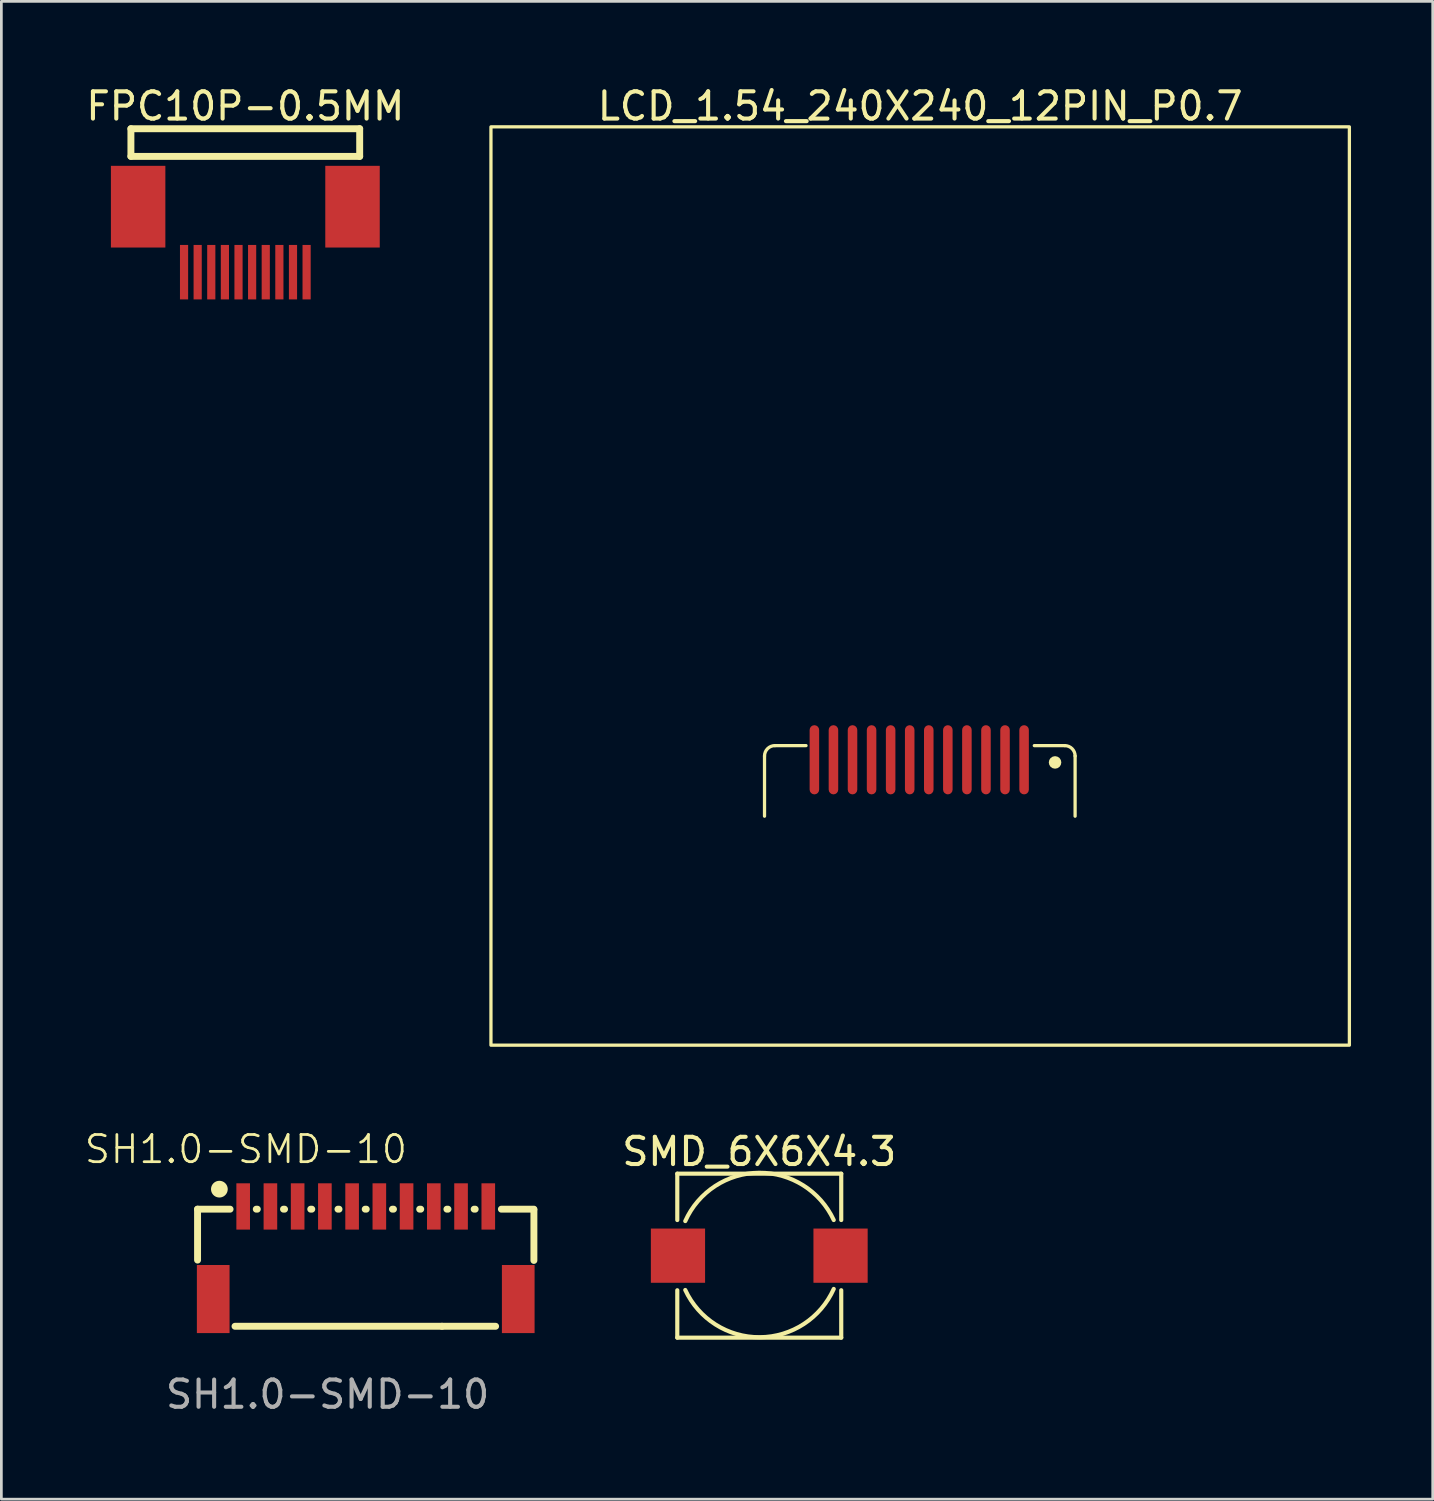
<source format=kicad_pcb>
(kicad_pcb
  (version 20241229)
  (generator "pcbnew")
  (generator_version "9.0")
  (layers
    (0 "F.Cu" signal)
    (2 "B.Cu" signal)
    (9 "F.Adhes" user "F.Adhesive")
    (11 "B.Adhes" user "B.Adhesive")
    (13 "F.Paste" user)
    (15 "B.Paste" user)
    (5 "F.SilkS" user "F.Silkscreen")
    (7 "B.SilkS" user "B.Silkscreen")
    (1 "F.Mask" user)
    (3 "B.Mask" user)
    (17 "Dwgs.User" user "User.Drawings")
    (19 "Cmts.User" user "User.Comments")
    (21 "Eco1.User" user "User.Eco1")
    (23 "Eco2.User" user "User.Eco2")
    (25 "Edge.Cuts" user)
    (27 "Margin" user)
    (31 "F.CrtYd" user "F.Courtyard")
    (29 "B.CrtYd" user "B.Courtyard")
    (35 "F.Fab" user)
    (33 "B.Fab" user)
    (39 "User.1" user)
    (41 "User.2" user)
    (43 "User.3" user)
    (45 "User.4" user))
  (footprint "SMD_6X6X4.3"
    (layer "F.Cu")
    (at 24.829 43.056)
    (property "Reference" "SMD_6X6X4.3" (at 0 -3.819 0) (unlocked yes) (layer "F.SilkS") (effects (font (size 1 1) (thickness 0.15))))
    (fp_line (start -3.01 -3.01) (end 3.01 -3.01) (stroke (width 0.152) (type solid)) (layer "F.SilkS"))
    (fp_line (start -3.01 -1.308) (end -3.01 -3.01) (stroke (width 0.152) (type solid)) (layer "F.SilkS"))
    (fp_line (start -3.01 3.01) (end -3.01 1.27) (stroke (width 0.152) (type solid)) (layer "F.SilkS"))
    (fp_line (start -3.01 3.01) (end 3.01 3.01) (stroke (width 0.152) (type solid)) (layer "F.SilkS"))
    (fp_line (start 3.01 -1.308) (end 3.01 -3.01) (stroke (width 0.152) (type solid)) (layer "F.SilkS"))
    (fp_line (start 3.01 3.01) (end 3.01 1.27) (stroke (width 0.152) (type solid)) (layer "F.SilkS"))
    (fp_arc (start -2.717058 -1.270005) (mid -0.003615 -3.043035) (end 2.734602 -1.308509) (stroke (width 0.1524) (type solid)) (layer "F.SilkS"))
    (fp_arc (start 2.734598 1.222185) (mid 0.021155 2.995215) (end -2.717062 1.260689) (stroke (width 0.1524) (type solid)) (layer "F.SilkS"))
    (pad "1" smd rect (at -2.985 0) (size 1.991 1.991) (layers "F.Cu" "F.Mask" "F.Paste"))
    (pad "2" smd rect (at 2.985 0) (size 1.991 1.991) (layers "F.Cu" "F.Mask" "F.Paste")))
  (footprint "LCD_1.54_240X240_12PIN_P0.7"
    (layer "F.Cu")
    (at 30.737 18.468)
    (property "Reference" "LCD_1.54_240X240_12PIN_P0.7" (at 0 -17.62 0) (unlocked yes) (layer "F.SilkS") (effects (font (size 1 1) (thickness 0.15))))
    (fp_line (start -5.715 6.241) (end -5.715 8.451) (stroke (width 0.12) (type default)) (layer "F.SilkS"))
    (fp_line (start -4.191 5.86) (end -5.334 5.86) (stroke (width 0.12) (type default)) (layer "F.SilkS"))
    (fp_line (start 4.191 5.86) (end 5.309 5.86) (stroke (width 0.12) (type default)) (layer "F.SilkS"))
    (fp_line (start 5.689 6.241) (end 5.689 8.451) (stroke (width 0.12) (type default)) (layer "F.SilkS"))
    (fp_rect (start -15.76 -16.86) (end 15.76 16.86) (stroke (width 0.12) (type default)) (fill no) (layer "F.SilkS"))
    (fp_arc (start -5.715 6.241) (mid -5.603408 5.971592) (end -5.334 5.86) (stroke (width 0.12) (type default)) (layer "F.SilkS"))
    (fp_arc (start 5.3085 5.86) (mid 5.577908 5.971592) (end 5.6895 6.241) (stroke (width 0.12) (type default)) (layer "F.SilkS"))
    (fp_poly (pts (xy 5.183 6.477) (xy 5.165 6.389) (xy 5.116 6.314) (xy 5.041 6.265) (xy 4.953 6.247) (xy 4.865 6.265) (xy 4.79 6.314) (xy 4.741 6.389) (xy 4.723 6.477) (xy 4.741 6.565) (xy 4.79 6.64) (xy 4.865 6.689) (xy 4.953 6.707) (xy 5.041 6.689) (xy 5.116 6.64) (xy 5.165 6.565)) (stroke (width 0) (type default)) (fill yes) (layer "F.SilkS"))
    (pad "1" smd roundrect (at 3.816 6.38) (size 0.35 2.54) (layers "F.Cu" "F.Mask" "F.Paste") (roundrect_rratio 0.5))
    (pad "2" smd roundrect (at 3.116 6.38) (size 0.35 2.54) (layers "F.Cu" "F.Mask" "F.Paste") (roundrect_rratio 0.5))
    (pad "3" smd roundrect (at 2.416 6.38) (size 0.35 2.54) (layers "F.Cu" "F.Mask" "F.Paste") (roundrect_rratio 0.5))
    (pad "4" smd roundrect (at 1.716 6.38) (size 0.35 2.54) (layers "F.Cu" "F.Mask" "F.Paste") (roundrect_rratio 0.5))
    (pad "5" smd roundrect (at 1.016 6.38) (size 0.35 2.54) (layers "F.Cu" "F.Mask" "F.Paste") (roundrect_rratio 0.5))
    (pad "6" smd roundrect (at 0.316 6.38) (size 0.35 2.54) (layers "F.Cu" "F.Mask" "F.Paste") (roundrect_rratio 0.5))
    (pad "7" smd roundrect (at -0.384 6.38) (size 0.35 2.54) (layers "F.Cu" "F.Mask" "F.Paste") (roundrect_rratio 0.5))
    (pad "8" smd roundrect (at -1.084 6.38) (size 0.35 2.54) (layers "F.Cu" "F.Mask" "F.Paste") (roundrect_rratio 0.5))
    (pad "9" smd roundrect (at -1.784 6.38) (size 0.35 2.54) (layers "F.Cu" "F.Mask" "F.Paste") (roundrect_rratio 0.5))
    (pad "10" smd roundrect (at -2.484 6.38) (size 0.35 2.54) (layers "F.Cu" "F.Mask" "F.Paste") (roundrect_rratio 0.5))
    (pad "11" smd roundrect (at -3.184 6.38) (size 0.35 2.54) (layers "F.Cu" "F.Mask" "F.Paste") (roundrect_rratio 0.5))
    (pad "12" smd roundrect (at -3.884 6.38) (size 0.35 2.54) (layers "F.Cu" "F.Mask" "F.Paste") (roundrect_rratio 0.5)))
  (footprint "SH1.0-SMD-10"
    (layer "F.Cu")
    (at 10.379 43.649)
    (property "Reference" "SH1.0-SMD-10" (at -4.4 -4.5 0) (unlocked yes) (layer "F.SilkS") (effects (font (size 1 1) (thickness 0.1))))
    (attr smd)
    (fp_line (start -6.175 -2.3) (end -6.175 -0.431) (stroke (width 0.254) (type default)) (layer "F.SilkS"))
    (fp_line (start -4.981 -2.3) (end -6.175 -2.3) (stroke (width 0.254) (type default)) (layer "F.SilkS"))
    (fp_line (start -4.8 2) (end 2.8 2) (stroke (width 0.254) (type default)) (layer "F.SilkS"))
    (fp_line (start -4.019 -2.3) (end -3.981 -2.3) (stroke (width 0.254) (type default)) (layer "F.SilkS"))
    (fp_line (start -3.019 -2.3) (end -2.981 -2.3) (stroke (width 0.254) (type default)) (layer "F.SilkS"))
    (fp_line (start -2.019 -2.3) (end -1.981 -2.3) (stroke (width 0.254) (type default)) (layer "F.SilkS"))
    (fp_line (start -1.019 -2.3) (end -0.981 -2.3) (stroke (width 0.254) (type default)) (layer "F.SilkS"))
    (fp_line (start -0.019 -2.3) (end 0.019 -2.3) (stroke (width 0.254) (type default)) (layer "F.SilkS"))
    (fp_line (start 0.981 -2.3) (end 1.019 -2.3) (stroke (width 0.254) (type default)) (layer "F.SilkS"))
    (fp_line (start 1.981 -2.3) (end 2.019 -2.3) (stroke (width 0.254) (type default)) (layer "F.SilkS"))
    (fp_line (start 2.8 2) (end 4.769 2) (stroke (width 0.254) (type default)) (layer "F.SilkS"))
    (fp_line (start 3.019 -2.3) (end 2.981 -2.3) (stroke (width 0.254) (type default)) (layer "F.SilkS"))
    (fp_line (start 4.019 -2.3) (end 3.981 -2.3) (stroke (width 0.254) (type default)) (layer "F.SilkS"))
    (fp_line (start 4.981 -2.3) (end 6.175 -2.3) (stroke (width 0.254) (type default)) (layer "F.SilkS"))
    (fp_line (start 6.175 -2.273) (end 6.175 -0.418) (stroke (width 0.254) (type default)) (layer "F.SilkS"))
    (fp_poly (pts (arc (start -5.6805 -3.035) (mid -5.374 -3.3415) (end -5.0675 -3.035)) (arc (start -5.0675 -3.035) (mid -5.374 -2.7285) (end -5.6805 -3.035))) (stroke (width 0) (type default)) (fill yes) (layer "F.SilkS"))
    (fp_text user "${REFERENCE}" (at -1.4 4.5 0) (unlocked yes) (layer "F.Fab") (effects (font (size 1 1) (thickness 0.15))))
    (pad "1" smd rect (at -4.5 -2.4) (size 0.5 1.7) (layers "F.Cu" "F.Mask" "F.Paste"))
    (pad "2" smd rect (at -3.5 -2.4) (size 0.5 1.7) (layers "F.Cu" "F.Mask" "F.Paste"))
    (pad "3" smd rect (at -2.5 -2.4) (size 0.5 1.7) (layers "F.Cu" "F.Mask" "F.Paste"))
    (pad "4" smd rect (at -1.5 -2.4) (size 0.5 1.7) (layers "F.Cu" "F.Mask" "F.Paste"))
    (pad "5" smd rect (at -0.5 -2.4) (size 0.5 1.7) (layers "F.Cu" "F.Mask" "F.Paste"))
    (pad "6" smd rect (at 0.5 -2.4) (size 0.5 1.7) (layers "F.Cu" "F.Mask" "F.Paste"))
    (pad "7" smd rect (at 1.5 -2.4) (size 0.5 1.7) (layers "F.Cu" "F.Mask" "F.Paste"))
    (pad "8" smd rect (at 2.5 -2.4) (size 0.5 1.7) (layers "F.Cu" "F.Mask" "F.Paste"))
    (pad "9" smd rect (at 3.5 -2.4) (size 0.5 1.7) (layers "F.Cu" "F.Mask" "F.Paste"))
    (pad "10" smd rect (at 4.5 -2.4) (size 0.5 1.7) (layers "F.Cu" "F.Mask" "F.Paste"))
    (pad "11" smd rect (at 5.6 1) (size 1.2 2.5) (layers "F.Cu" "F.Mask" "F.Paste"))
    (pad "12" smd rect (at -5.6 1) (size 1.2 2.5) (layers "F.Cu" "F.Mask" "F.Paste")))
  (footprint "FPC10P-0.5MM"
    (layer "F.Cu")
    (at 6.085 4.471)
    (property "Reference" "FPC10P-0.5MM" (at -0.127 -3.622 0) (unlocked yes) (layer "F.SilkS") (effects (font (size 1 1) (thickness 0.15))))
    (fp_line (start -4.328 -2.795) (end 4.072 -2.795) (stroke (width 0.254) (type solid)) (layer "F.SilkS"))
    (fp_line (start -4.328 -1.779) (end -4.328 -2.795) (stroke (width 0.254) (type solid)) (layer "F.SilkS"))
    (fp_line (start -4.328 -1.779) (end 4.072 -1.779) (stroke (width 0.254) (type solid)) (layer "F.SilkS"))
    (fp_line (start 4.072 -1.779) (end 4.072 -2.795) (stroke (width 0.254) (type solid)) (layer "F.SilkS"))
    (pad "0" smd rect (at -4.063 0.068) (size 2 3) (layers "F.Cu" "F.Mask" "F.Paste"))
    (pad "0" smd rect (at 3.809 0.068) (size 2 3) (layers "F.Cu" "F.Mask" "F.Paste"))
    (pad "1" smd rect (at 2.123 2.473 180) (size 0.3 2) (layers "F.Cu" "F.Mask" "F.Paste"))
    (pad "2" smd rect (at 1.623 2.473 180) (size 0.3 2) (layers "F.Cu" "F.Mask" "F.Paste"))
    (pad "3" smd rect (at 1.123 2.473 180) (size 0.3 2) (layers "F.Cu" "F.Mask" "F.Paste"))
    (pad "4" smd rect (at 0.623 2.473 180) (size 0.3 2) (layers "F.Cu" "F.Mask" "F.Paste"))
    (pad "5" smd rect (at 0.123 2.473 180) (size 0.3 2) (layers "F.Cu" "F.Mask" "F.Paste"))
    (pad "6" smd rect (at -0.377 2.473 180) (size 0.3 2) (layers "F.Cu" "F.Mask" "F.Paste"))
    (pad "7" smd rect (at -0.877 2.473 180) (size 0.3 2) (layers "F.Cu" "F.Mask" "F.Paste"))
    (pad "8" smd rect (at -1.377 2.473 180) (size 0.3 2) (layers "F.Cu" "F.Mask" "F.Paste"))
    (pad "9" smd rect (at -1.877 2.473 180) (size 0.3 2) (layers "F.Cu" "F.Mask" "F.Paste"))
    (pad "10" smd rect (at -2.377 2.473 180) (size 0.3 2) (layers "F.Cu" "F.Mask" "F.Paste")))
  (gr_rect
    (start -3 -3)
    (end 49.557 51.997)
    (stroke (width 0.1) (type default))
    (fill no)
    (layer "Edge.Cuts")))
</source>
